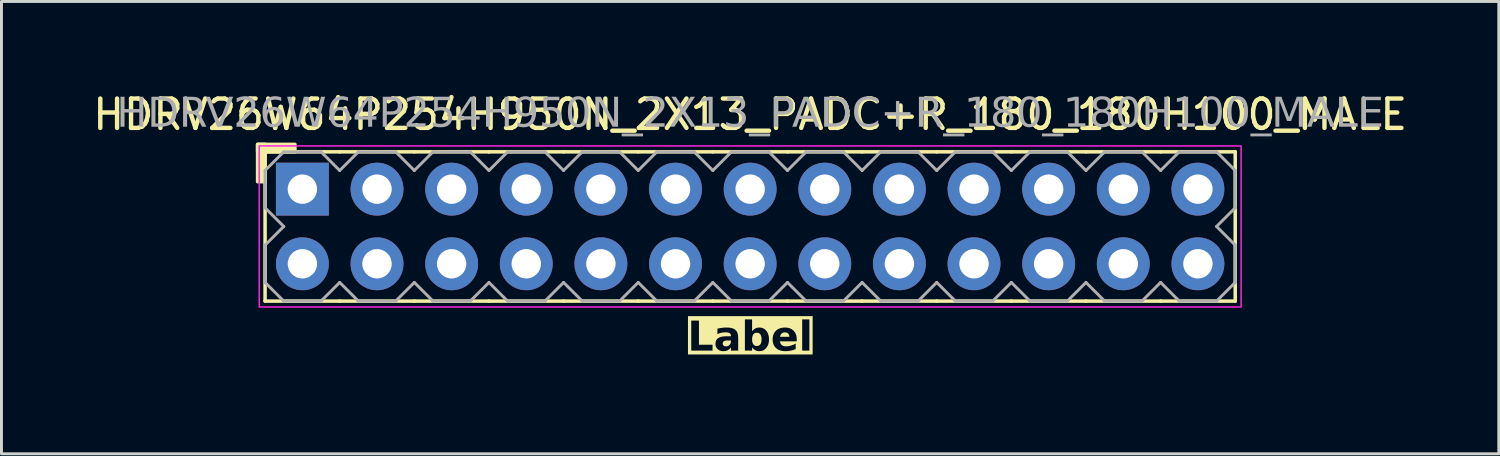
<source format=kicad_pcb>
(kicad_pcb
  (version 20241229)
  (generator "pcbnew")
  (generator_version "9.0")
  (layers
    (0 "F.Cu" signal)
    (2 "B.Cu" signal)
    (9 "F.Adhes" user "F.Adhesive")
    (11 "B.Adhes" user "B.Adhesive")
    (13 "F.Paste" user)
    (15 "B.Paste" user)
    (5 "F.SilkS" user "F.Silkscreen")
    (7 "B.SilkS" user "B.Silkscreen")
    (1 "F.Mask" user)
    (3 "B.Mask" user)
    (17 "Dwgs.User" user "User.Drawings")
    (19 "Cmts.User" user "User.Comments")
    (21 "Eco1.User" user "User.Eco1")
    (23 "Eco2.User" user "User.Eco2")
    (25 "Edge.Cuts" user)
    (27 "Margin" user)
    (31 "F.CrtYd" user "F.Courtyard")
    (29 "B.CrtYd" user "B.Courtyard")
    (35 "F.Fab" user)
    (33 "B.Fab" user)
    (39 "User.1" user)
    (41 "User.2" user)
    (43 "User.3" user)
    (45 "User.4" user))
  (footprint "HDRV26W64P254H950N_2X13_PADC+R_180_180H100_MALE"
    (layer "F.Cu")
    (at 22.482 4.658)
    (property "Reference" "HDRV26W64P254H950N_2X13_PADC+R_180_180H100_MALE" (at 0 -3.81 0) (layer "F.SilkS") (effects (font (size 1 1) (thickness 0.15))))
    (property "Label" "Label" (at 0 3.81 0) (layer "F.SilkS" knockout) (effects (font (face "Tahoma") (size 1 1) (thickness 0.2) (bold yes))))
    (attr through_hole)
    (fp_line (start -16.51 2.54) (end -16.51 -2.54) (stroke (width 0.12) (type solid)) (layer "F.SilkS"))
    (fp_line (start -13.97 -2.54) (end -16.51 -2.54) (stroke (width 0.12) (type solid)) (layer "F.SilkS"))
    (fp_line (start -13.97 2.54) (end -16.51 2.54) (stroke (width 0.12) (type solid)) (layer "F.SilkS"))
    (fp_line (start -11.43 -2.54) (end -13.97 -2.54) (stroke (width 0.12) (type solid)) (layer "F.SilkS"))
    (fp_line (start -11.43 2.54) (end -13.97 2.54) (stroke (width 0.12) (type solid)) (layer "F.SilkS"))
    (fp_line (start -8.89 -2.54) (end -11.43 -2.54) (stroke (width 0.12) (type solid)) (layer "F.SilkS"))
    (fp_line (start -8.89 2.54) (end -11.43 2.54) (stroke (width 0.12) (type solid)) (layer "F.SilkS"))
    (fp_line (start -6.35 -2.54) (end -8.89 -2.54) (stroke (width 0.12) (type solid)) (layer "F.SilkS"))
    (fp_line (start -6.35 2.54) (end -8.89 2.54) (stroke (width 0.12) (type solid)) (layer "F.SilkS"))
    (fp_line (start -3.81 -2.54) (end -6.35 -2.54) (stroke (width 0.12) (type solid)) (layer "F.SilkS"))
    (fp_line (start -3.81 2.54) (end -6.35 2.54) (stroke (width 0.12) (type solid)) (layer "F.SilkS"))
    (fp_line (start -1.27 -2.54) (end -3.81 -2.54) (stroke (width 0.12) (type solid)) (layer "F.SilkS"))
    (fp_line (start -1.27 2.54) (end -3.81 2.54) (stroke (width 0.12) (type solid)) (layer "F.SilkS"))
    (fp_line (start 1.27 -2.54) (end -1.27 -2.54) (stroke (width 0.12) (type solid)) (layer "F.SilkS"))
    (fp_line (start 1.27 2.54) (end -1.27 2.54) (stroke (width 0.12) (type solid)) (layer "F.SilkS"))
    (fp_line (start 3.81 -2.54) (end 1.27 -2.54) (stroke (width 0.12) (type solid)) (layer "F.SilkS"))
    (fp_line (start 3.81 2.54) (end 1.27 2.54) (stroke (width 0.12) (type solid)) (layer "F.SilkS"))
    (fp_line (start 6.35 -2.54) (end 3.81 -2.54) (stroke (width 0.12) (type solid)) (layer "F.SilkS"))
    (fp_line (start 6.35 2.54) (end 3.81 2.54) (stroke (width 0.12) (type solid)) (layer "F.SilkS"))
    (fp_line (start 8.89 -2.54) (end 6.35 -2.54) (stroke (width 0.12) (type solid)) (layer "F.SilkS"))
    (fp_line (start 8.89 2.54) (end 6.35 2.54) (stroke (width 0.12) (type solid)) (layer "F.SilkS"))
    (fp_line (start 11.43 -2.54) (end 8.89 -2.54) (stroke (width 0.12) (type solid)) (layer "F.SilkS"))
    (fp_line (start 11.43 2.54) (end 8.89 2.54) (stroke (width 0.12) (type solid)) (layer "F.SilkS"))
    (fp_line (start 13.97 -2.54) (end 11.43 -2.54) (stroke (width 0.12) (type solid)) (layer "F.SilkS"))
    (fp_line (start 13.97 2.54) (end 11.43 2.54) (stroke (width 0.12) (type solid)) (layer "F.SilkS"))
    (fp_line (start 16.51 -2.54) (end 13.97 -2.54) (stroke (width 0.12) (type solid)) (layer "F.SilkS"))
    (fp_line (start 16.51 2.54) (end 13.97 2.54) (stroke (width 0.12) (type solid)) (layer "F.SilkS"))
    (fp_line (start 16.51 2.54) (end 16.51 -2.54) (stroke (width 0.12) (type solid)) (layer "F.SilkS"))
    (fp_rect (start -16.764 -1.524) (end -16.51 -2.794) (stroke (width 0.12) (type solid)) (fill yes) (layer "F.SilkS"))
    (fp_rect (start -15.494 -2.54) (end -16.764 -2.794) (stroke (width 0.12) (type solid)) (fill yes) (layer "F.SilkS"))
    (fp_rect (start -16.71 -2.74) (end 16.71 2.74) (stroke (width 0.05) (type default)) (fill no) (layer "F.CrtYd"))
    (fp_line (start -16.51 -1.905) (end -16.51 -0.635) (stroke (width 0.1) (type solid)) (layer "F.Fab"))
    (fp_line (start -16.51 -1.905) (end -15.875 -2.54) (stroke (width 0.1) (type solid)) (layer "F.Fab"))
    (fp_line (start -16.51 0.635) (end -16.51 1.905) (stroke (width 0.1) (type solid)) (layer "F.Fab"))
    (fp_line (start -15.875 -2.54) (end -14.605 -2.54) (stroke (width 0.1) (type solid)) (layer "F.Fab"))
    (fp_line (start -15.875 0) (end -16.51 -0.635) (stroke (width 0.1) (type solid)) (layer "F.Fab"))
    (fp_line (start -15.875 0) (end -16.51 0.635) (stroke (width 0.1) (type solid)) (layer "F.Fab"))
    (fp_line (start -15.875 2.54) (end -16.51 1.905) (stroke (width 0.1) (type solid)) (layer "F.Fab"))
    (fp_line (start -14.605 -2.54) (end -13.97 -1.905) (stroke (width 0.1) (type solid)) (layer "F.Fab"))
    (fp_line (start -14.605 2.54) (end -15.875 2.54) (stroke (width 0.1) (type solid)) (layer "F.Fab"))
    (fp_line (start -13.97 -1.905) (end -13.335 -2.54) (stroke (width 0.1) (type solid)) (layer "F.Fab"))
    (fp_line (start -13.97 1.905) (end -14.605 2.54) (stroke (width 0.1) (type solid)) (layer "F.Fab"))
    (fp_line (start -13.335 -2.54) (end -12.065 -2.54) (stroke (width 0.1) (type solid)) (layer "F.Fab"))
    (fp_line (start -13.335 2.54) (end -13.97 1.905) (stroke (width 0.1) (type solid)) (layer "F.Fab"))
    (fp_line (start -12.065 -2.54) (end -11.43 -1.905) (stroke (width 0.1) (type solid)) (layer "F.Fab"))
    (fp_line (start -12.065 2.54) (end -13.335 2.54) (stroke (width 0.1) (type solid)) (layer "F.Fab"))
    (fp_line (start -11.43 -1.905) (end -10.795 -2.54) (stroke (width 0.1) (type solid)) (layer "F.Fab"))
    (fp_line (start -11.43 1.905) (end -12.065 2.54) (stroke (width 0.1) (type solid)) (layer "F.Fab"))
    (fp_line (start -10.795 -2.54) (end -9.525 -2.54) (stroke (width 0.1) (type solid)) (layer "F.Fab"))
    (fp_line (start -10.795 2.54) (end -11.43 1.905) (stroke (width 0.1) (type solid)) (layer "F.Fab"))
    (fp_line (start -9.525 -2.54) (end -8.89 -1.905) (stroke (width 0.1) (type solid)) (layer "F.Fab"))
    (fp_line (start -9.525 2.54) (end -10.795 2.54) (stroke (width 0.1) (type solid)) (layer "F.Fab"))
    (fp_line (start -8.89 -1.905) (end -8.255 -2.54) (stroke (width 0.1) (type solid)) (layer "F.Fab"))
    (fp_line (start -8.89 1.905) (end -9.525 2.54) (stroke (width 0.1) (type solid)) (layer "F.Fab"))
    (fp_line (start -8.255 -2.54) (end -6.985 -2.54) (stroke (width 0.1) (type solid)) (layer "F.Fab"))
    (fp_line (start -8.255 2.54) (end -8.89 1.905) (stroke (width 0.1) (type solid)) (layer "F.Fab"))
    (fp_line (start -6.985 -2.54) (end -6.35 -1.905) (stroke (width 0.1) (type solid)) (layer "F.Fab"))
    (fp_line (start -6.985 2.54) (end -8.255 2.54) (stroke (width 0.1) (type solid)) (layer "F.Fab"))
    (fp_line (start -6.35 -1.905) (end -5.715 -2.54) (stroke (width 0.1) (type solid)) (layer "F.Fab"))
    (fp_line (start -6.35 1.905) (end -6.985 2.54) (stroke (width 0.1) (type solid)) (layer "F.Fab"))
    (fp_line (start -5.715 -2.54) (end -4.445 -2.54) (stroke (width 0.1) (type solid)) (layer "F.Fab"))
    (fp_line (start -5.715 2.54) (end -6.35 1.905) (stroke (width 0.1) (type solid)) (layer "F.Fab"))
    (fp_line (start -4.445 -2.54) (end -3.81 -1.905) (stroke (width 0.1) (type solid)) (layer "F.Fab"))
    (fp_line (start -4.445 2.54) (end -5.715 2.54) (stroke (width 0.1) (type solid)) (layer "F.Fab"))
    (fp_line (start -3.81 -1.905) (end -3.175 -2.54) (stroke (width 0.1) (type solid)) (layer "F.Fab"))
    (fp_line (start -3.81 1.905) (end -4.445 2.54) (stroke (width 0.1) (type solid)) (layer "F.Fab"))
    (fp_line (start -3.175 -2.54) (end -1.905 -2.54) (stroke (width 0.1) (type solid)) (layer "F.Fab"))
    (fp_line (start -3.175 2.54) (end -3.81 1.905) (stroke (width 0.1) (type solid)) (layer "F.Fab"))
    (fp_line (start -1.905 -2.54) (end -1.27 -1.905) (stroke (width 0.1) (type solid)) (layer "F.Fab"))
    (fp_line (start -1.905 2.54) (end -3.175 2.54) (stroke (width 0.1) (type solid)) (layer "F.Fab"))
    (fp_line (start -1.27 -1.905) (end -0.635 -2.54) (stroke (width 0.1) (type solid)) (layer "F.Fab"))
    (fp_line (start -1.27 1.905) (end -1.905 2.54) (stroke (width 0.1) (type solid)) (layer "F.Fab"))
    (fp_line (start -0.635 -2.54) (end 0.635 -2.54) (stroke (width 0.1) (type solid)) (layer "F.Fab"))
    (fp_line (start -0.635 2.54) (end -1.27 1.905) (stroke (width 0.1) (type solid)) (layer "F.Fab"))
    (fp_line (start 0.635 -2.54) (end 1.27 -1.905) (stroke (width 0.1) (type solid)) (layer "F.Fab"))
    (fp_line (start 0.635 2.54) (end -0.635 2.54) (stroke (width 0.1) (type solid)) (layer "F.Fab"))
    (fp_line (start 1.27 -1.905) (end 1.905 -2.54) (stroke (width 0.1) (type solid)) (layer "F.Fab"))
    (fp_line (start 1.27 1.905) (end 0.635 2.54) (stroke (width 0.1) (type solid)) (layer "F.Fab"))
    (fp_line (start 1.905 -2.54) (end 3.175 -2.54) (stroke (width 0.1) (type solid)) (layer "F.Fab"))
    (fp_line (start 1.905 2.54) (end 1.27 1.905) (stroke (width 0.1) (type solid)) (layer "F.Fab"))
    (fp_line (start 3.175 -2.54) (end 3.81 -1.905) (stroke (width 0.1) (type solid)) (layer "F.Fab"))
    (fp_line (start 3.175 2.54) (end 1.905 2.54) (stroke (width 0.1) (type solid)) (layer "F.Fab"))
    (fp_line (start 3.81 -1.905) (end 4.445 -2.54) (stroke (width 0.1) (type solid)) (layer "F.Fab"))
    (fp_line (start 3.81 1.905) (end 3.175 2.54) (stroke (width 0.1) (type solid)) (layer "F.Fab"))
    (fp_line (start 4.445 -2.54) (end 5.715 -2.54) (stroke (width 0.1) (type solid)) (layer "F.Fab"))
    (fp_line (start 4.445 2.54) (end 3.81 1.905) (stroke (width 0.1) (type solid)) (layer "F.Fab"))
    (fp_line (start 5.715 -2.54) (end 6.35 -1.905) (stroke (width 0.1) (type solid)) (layer "F.Fab"))
    (fp_line (start 5.715 2.54) (end 4.445 2.54) (stroke (width 0.1) (type solid)) (layer "F.Fab"))
    (fp_line (start 6.35 -1.905) (end 6.985 -2.54) (stroke (width 0.1) (type solid)) (layer "F.Fab"))
    (fp_line (start 6.35 1.905) (end 5.715 2.54) (stroke (width 0.1) (type solid)) (layer "F.Fab"))
    (fp_line (start 6.985 -2.54) (end 8.255 -2.54) (stroke (width 0.1) (type solid)) (layer "F.Fab"))
    (fp_line (start 6.985 2.54) (end 6.35 1.905) (stroke (width 0.1) (type solid)) (layer "F.Fab"))
    (fp_line (start 8.255 -2.54) (end 8.89 -1.905) (stroke (width 0.1) (type solid)) (layer "F.Fab"))
    (fp_line (start 8.255 2.54) (end 6.985 2.54) (stroke (width 0.1) (type solid)) (layer "F.Fab"))
    (fp_line (start 8.89 -1.905) (end 9.525 -2.54) (stroke (width 0.1) (type solid)) (layer "F.Fab"))
    (fp_line (start 8.89 1.905) (end 8.255 2.54) (stroke (width 0.1) (type solid)) (layer "F.Fab"))
    (fp_line (start 9.525 -2.54) (end 10.795 -2.54) (stroke (width 0.1) (type solid)) (layer "F.Fab"))
    (fp_line (start 9.525 2.54) (end 8.89 1.905) (stroke (width 0.1) (type solid)) (layer "F.Fab"))
    (fp_line (start 10.795 -2.54) (end 11.43 -1.905) (stroke (width 0.1) (type solid)) (layer "F.Fab"))
    (fp_line (start 10.795 2.54) (end 9.525 2.54) (stroke (width 0.1) (type solid)) (layer "F.Fab"))
    (fp_line (start 11.43 -1.905) (end 12.065 -2.54) (stroke (width 0.1) (type solid)) (layer "F.Fab"))
    (fp_line (start 11.43 1.905) (end 10.795 2.54) (stroke (width 0.1) (type solid)) (layer "F.Fab"))
    (fp_line (start 12.065 -2.54) (end 13.335 -2.54) (stroke (width 0.1) (type solid)) (layer "F.Fab"))
    (fp_line (start 12.065 2.54) (end 11.43 1.905) (stroke (width 0.1) (type solid)) (layer "F.Fab"))
    (fp_line (start 13.335 -2.54) (end 13.97 -1.905) (stroke (width 0.1) (type solid)) (layer "F.Fab"))
    (fp_line (start 13.335 2.54) (end 12.065 2.54) (stroke (width 0.1) (type solid)) (layer "F.Fab"))
    (fp_line (start 13.97 -1.905) (end 14.605 -2.54) (stroke (width 0.1) (type solid)) (layer "F.Fab"))
    (fp_line (start 13.97 1.905) (end 13.335 2.54) (stroke (width 0.1) (type solid)) (layer "F.Fab"))
    (fp_line (start 14.605 -2.54) (end 15.875 -2.54) (stroke (width 0.1) (type solid)) (layer "F.Fab"))
    (fp_line (start 14.605 2.54) (end 13.97 1.905) (stroke (width 0.1) (type solid)) (layer "F.Fab"))
    (fp_line (start 15.875 -2.54) (end 16.51 -1.905) (stroke (width 0.1) (type solid)) (layer "F.Fab"))
    (fp_line (start 15.875 0) (end 16.51 0.635) (stroke (width 0.1) (type solid)) (layer "F.Fab"))
    (fp_line (start 15.875 2.54) (end 14.605 2.54) (stroke (width 0.1) (type solid)) (layer "F.Fab"))
    (fp_line (start 16.51 -1.905) (end 16.51 -0.635) (stroke (width 0.1) (type solid)) (layer "F.Fab"))
    (fp_line (start 16.51 -0.635) (end 15.875 0) (stroke (width 0.1) (type solid)) (layer "F.Fab"))
    (fp_line (start 16.51 0.635) (end 16.51 1.905) (stroke (width 0.1) (type solid)) (layer "F.Fab"))
    (fp_line (start 16.51 1.905) (end 15.875 2.54) (stroke (width 0.1) (type solid)) (layer "F.Fab"))
    (fp_rect (start -14.986 -1.524) (end -15.494 -1.016) (stroke (width 0.1) (type solid)) (fill no) (layer "F.Fab"))
    (fp_rect (start -14.986 1.016) (end -15.494 1.524) (stroke (width 0.1) (type solid)) (fill no) (layer "F.Fab"))
    (fp_rect (start -12.446 -1.524) (end -12.954 -1.016) (stroke (width 0.1) (type solid)) (fill no) (layer "F.Fab"))
    (fp_rect (start -12.446 1.016) (end -12.954 1.524) (stroke (width 0.1) (type solid)) (fill no) (layer "F.Fab"))
    (fp_rect (start -9.906 -1.524) (end -10.414 -1.016) (stroke (width 0.1) (type solid)) (fill no) (layer "F.Fab"))
    (fp_rect (start -9.906 1.016) (end -10.414 1.524) (stroke (width 0.1) (type solid)) (fill no) (layer "F.Fab"))
    (fp_rect (start -7.366 -1.524) (end -7.874 -1.016) (stroke (width 0.1) (type solid)) (fill no) (layer "F.Fab"))
    (fp_rect (start -7.366 1.016) (end -7.874 1.524) (stroke (width 0.1) (type solid)) (fill no) (layer "F.Fab"))
    (fp_rect (start -4.826 -1.524) (end -5.334 -1.016) (stroke (width 0.1) (type solid)) (fill no) (layer "F.Fab"))
    (fp_rect (start -4.826 1.016) (end -5.334 1.524) (stroke (width 0.1) (type solid)) (fill no) (layer "F.Fab"))
    (fp_rect (start -2.286 -1.524) (end -2.794 -1.016) (stroke (width 0.1) (type solid)) (fill no) (layer "F.Fab"))
    (fp_rect (start -2.286 1.016) (end -2.794 1.524) (stroke (width 0.1) (type solid)) (fill no) (layer "F.Fab"))
    (fp_rect (start 0.254 -1.524) (end -0.254 -1.016) (stroke (width 0.1) (type solid)) (fill no) (layer "F.Fab"))
    (fp_rect (start 0.254 1.016) (end -0.254 1.524) (stroke (width 0.1) (type solid)) (fill no) (layer "F.Fab"))
    (fp_rect (start 2.794 -1.524) (end 2.286 -1.016) (stroke (width 0.1) (type solid)) (fill no) (layer "F.Fab"))
    (fp_rect (start 2.794 1.016) (end 2.286 1.524) (stroke (width 0.1) (type solid)) (fill no) (layer "F.Fab"))
    (fp_rect (start 5.334 -1.524) (end 4.826 -1.016) (stroke (width 0.1) (type solid)) (fill no) (layer "F.Fab"))
    (fp_rect (start 5.334 1.016) (end 4.826 1.524) (stroke (width 0.1) (type solid)) (fill no) (layer "F.Fab"))
    (fp_rect (start 7.874 -1.524) (end 7.366 -1.016) (stroke (width 0.1) (type solid)) (fill no) (layer "F.Fab"))
    (fp_rect (start 7.874 1.016) (end 7.366 1.524) (stroke (width 0.1) (type solid)) (fill no) (layer "F.Fab"))
    (fp_rect (start 10.414 -1.524) (end 9.906 -1.016) (stroke (width 0.1) (type solid)) (fill no) (layer "F.Fab"))
    (fp_rect (start 10.414 1.016) (end 9.906 1.524) (stroke (width 0.1) (type solid)) (fill no) (layer "F.Fab"))
    (fp_rect (start 12.954 -1.524) (end 12.446 -1.016) (stroke (width 0.1) (type solid)) (fill no) (layer "F.Fab"))
    (fp_rect (start 12.954 1.016) (end 12.446 1.524) (stroke (width 0.1) (type solid)) (fill no) (layer "F.Fab"))
    (fp_rect (start 15.494 -1.524) (end 14.986 -1.016) (stroke (width 0.1) (type solid)) (fill no) (layer "F.Fab"))
    (fp_rect (start 15.494 1.016) (end 14.986 1.524) (stroke (width 0.1) (type solid)) (fill no) (layer "F.Fab"))
    (fp_text user "${REFERENCE}" (at 0 -3.81 0) (layer "F.Fab") (effects (font (face "Tahoma") (size 1 1) (thickness 0.15))))
    (pad "1" thru_hole rect (at -15.24 -1.27) (size 1.8 1.8) (drill 1) (layers "*.Cu" "*.Mask"))
    (pad "2" thru_hole circle (at -15.24 1.27) (size 1.8 1.8) (drill 1) (layers "*.Cu" "*.Mask"))
    (pad "3" thru_hole circle (at -12.7 -1.27) (size 1.8 1.8) (drill 1) (layers "*.Cu" "*.Mask"))
    (pad "4" thru_hole circle (at -12.7 1.27) (size 1.8 1.8) (drill 1) (layers "*.Cu" "*.Mask"))
    (pad "5" thru_hole circle (at -10.16 -1.27) (size 1.8 1.8) (drill 1) (layers "*.Cu" "*.Mask"))
    (pad "6" thru_hole circle (at -10.16 1.27) (size 1.8 1.8) (drill 1) (layers "*.Cu" "*.Mask"))
    (pad "7" thru_hole circle (at -7.62 -1.27) (size 1.8 1.8) (drill 1) (layers "*.Cu" "*.Mask"))
    (pad "8" thru_hole circle (at -7.62 1.27) (size 1.8 1.8) (drill 1) (layers "*.Cu" "*.Mask"))
    (pad "9" thru_hole circle (at -5.08 -1.27) (size 1.8 1.8) (drill 1) (layers "*.Cu" "*.Mask"))
    (pad "10" thru_hole circle (at -5.08 1.27) (size 1.8 1.8) (drill 1) (layers "*.Cu" "*.Mask"))
    (pad "11" thru_hole circle (at -2.54 -1.27) (size 1.8 1.8) (drill 1) (layers "*.Cu" "*.Mask"))
    (pad "12" thru_hole circle (at -2.54 1.27) (size 1.8 1.8) (drill 1) (layers "*.Cu" "*.Mask"))
    (pad "13" thru_hole circle (at 0 -1.27) (size 1.8 1.8) (drill 1) (layers "*.Cu" "*.Mask"))
    (pad "14" thru_hole circle (at 0 1.27) (size 1.8 1.8) (drill 1) (layers "*.Cu" "*.Mask"))
    (pad "15" thru_hole circle (at 2.54 -1.27) (size 1.8 1.8) (drill 1) (layers "*.Cu" "*.Mask"))
    (pad "16" thru_hole circle (at 2.54 1.27) (size 1.8 1.8) (drill 1) (layers "*.Cu" "*.Mask"))
    (pad "17" thru_hole circle (at 5.08 -1.27) (size 1.8 1.8) (drill 1) (layers "*.Cu" "*.Mask"))
    (pad "18" thru_hole circle (at 5.08 1.27) (size 1.8 1.8) (drill 1) (layers "*.Cu" "*.Mask"))
    (pad "19" thru_hole circle (at 7.62 -1.27) (size 1.8 1.8) (drill 1) (layers "*.Cu" "*.Mask"))
    (pad "20" thru_hole circle (at 7.62 1.27) (size 1.8 1.8) (drill 1) (layers "*.Cu" "*.Mask"))
    (pad "21" thru_hole circle (at 10.16 -1.27) (size 1.8 1.8) (drill 1) (layers "*.Cu" "*.Mask"))
    (pad "22" thru_hole circle (at 10.16 1.27) (size 1.8 1.8) (drill 1) (layers "*.Cu" "*.Mask"))
    (pad "23" thru_hole circle (at 12.7 -1.27) (size 1.8 1.8) (drill 1) (layers "*.Cu" "*.Mask"))
    (pad "24" thru_hole circle (at 12.7 1.27) (size 1.8 1.8) (drill 1) (layers "*.Cu" "*.Mask"))
    (pad "25" thru_hole circle (at 15.24 -1.27) (size 1.8 1.8) (drill 1) (layers "*.Cu" "*.Mask"))
    (pad "26" thru_hole circle (at 15.24 1.27) (size 1.8 1.8) (drill 1) (layers "*.Cu" "*.Mask")))
  (gr_rect
    (start -3 -3)
    (end 47.964 12.396)
    (stroke (width 0.1) (type default))
    (fill no)
    (layer "Edge.Cuts")))
</source>
